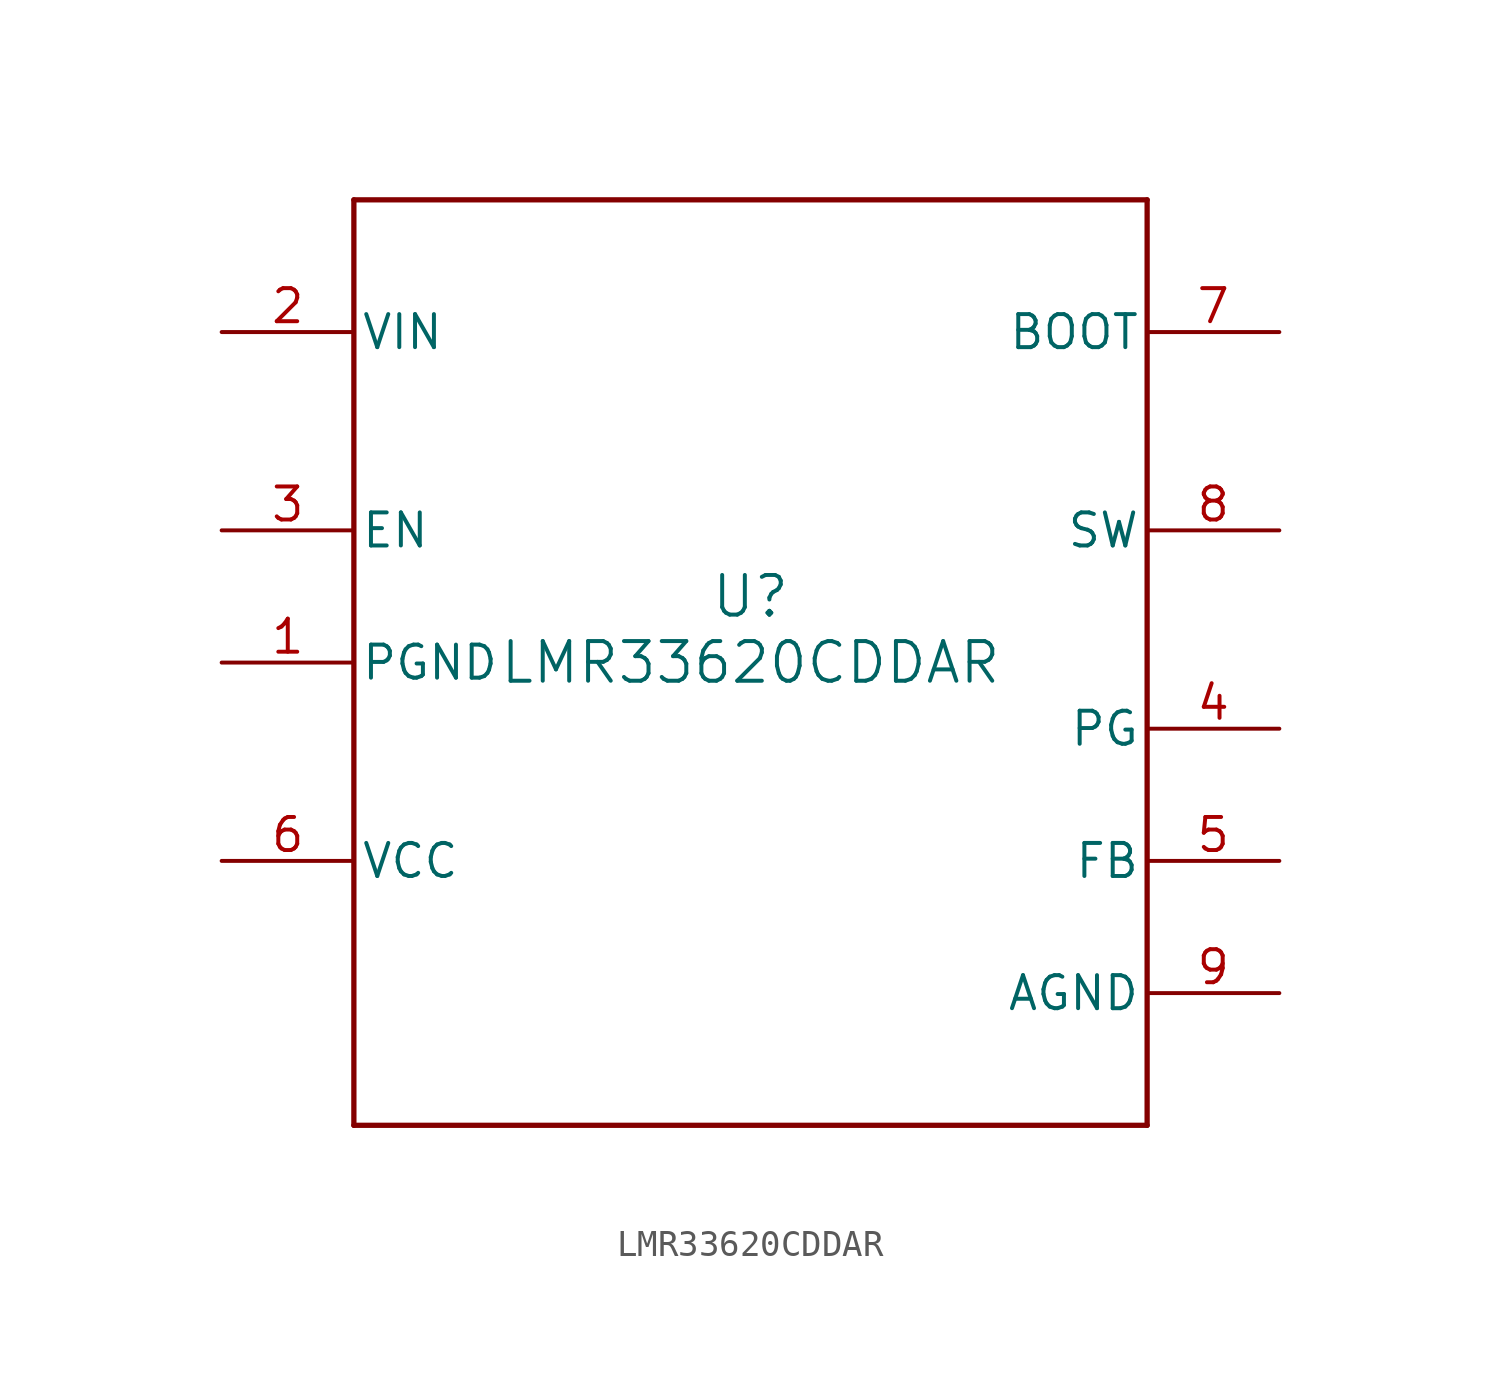
<source format=kicad_sym>
(kicad_symbol_lib
  (version 20211014)
  (generator kicad_symbol_editor)
  (symbol "LMR33620CDDAR"
    (pin_names
      (offset 0.254))
    (property "Reference" "U"
      (at 0 2.54 0)
      (effects (font (size 1.524 1.524))))
    (property "Value" "LMR33620CDDAR"
      (at 0 0 0)
      (effects (font (size 1.524 1.524))))
    (symbol "LMR33620CDDAR_0_1"
      (polyline (pts (xy -15.24 -17.78) (xy 15.24 -17.78)) (stroke (width 0.203) (type default) (color 0 0 0 0)) (fill (type none)))
      (polyline (pts (xy 15.24 -17.78) (xy 15.24 17.78)) (stroke (width 0.203) (type default) (color 0 0 0 0)) (fill (type none)))
      (polyline (pts (xy 15.24 17.78) (xy -15.24 17.78)) (stroke (width 0.203) (type default) (color 0 0 0 0)) (fill (type none)))
      (polyline (pts (xy -15.24 17.78) (xy -15.24 -17.78)) (stroke (width 0.203) (type default) (color 0 0 0 0)) (fill (type none)))
      (pin power_in line (at -20.32 0 0) (length 5.08) (name "PGND" (effects (font (size 1.27 1.27)))) (number "1" (effects (font (size 1.27 1.27)))))
      (pin power_in line (at -20.32 12.7 0) (length 5.08) (name "VIN" (effects (font (size 1.27 1.27)))) (number "2" (effects (font (size 1.27 1.27)))))
      (pin input line (at -20.32 5.08 0) (length 5.08) (name "EN" (effects (font (size 1.27 1.27)))) (number "3" (effects (font (size 1.27 1.27)))))
      (pin open_collector line (at 20.32 -2.54 180) (length 5.08) (name "PG" (effects (font (size 1.27 1.27)))) (number "4" (effects (font (size 1.27 1.27)))))
      (pin input line (at 20.32 -7.62 180) (length 5.08) (name "FB" (effects (font (size 1.27 1.27)))) (number "5" (effects (font (size 1.27 1.27)))))
      (pin power_in line (at -20.32 -7.62 0) (length 5.08) (name "VCC" (effects (font (size 1.27 1.27)))) (number "6" (effects (font (size 1.27 1.27)))))
      (pin power_in line (at 20.32 12.7 180) (length 5.08) (name "BOOT" (effects (font (size 1.27 1.27)))) (number "7" (effects (font (size 1.27 1.27)))))
      (pin power_in line (at 20.32 5.08 180) (length 5.08) (name "SW" (effects (font (size 1.27 1.27)))) (number "8" (effects (font (size 1.27 1.27)))))
      (pin unspecified line (at 20.32 -12.7 180) (length 5.08) (name "AGND" (effects (font (size 1.27 1.27)))) (number "9" (effects (font (size 1.27 1.27))))))))
</source>
